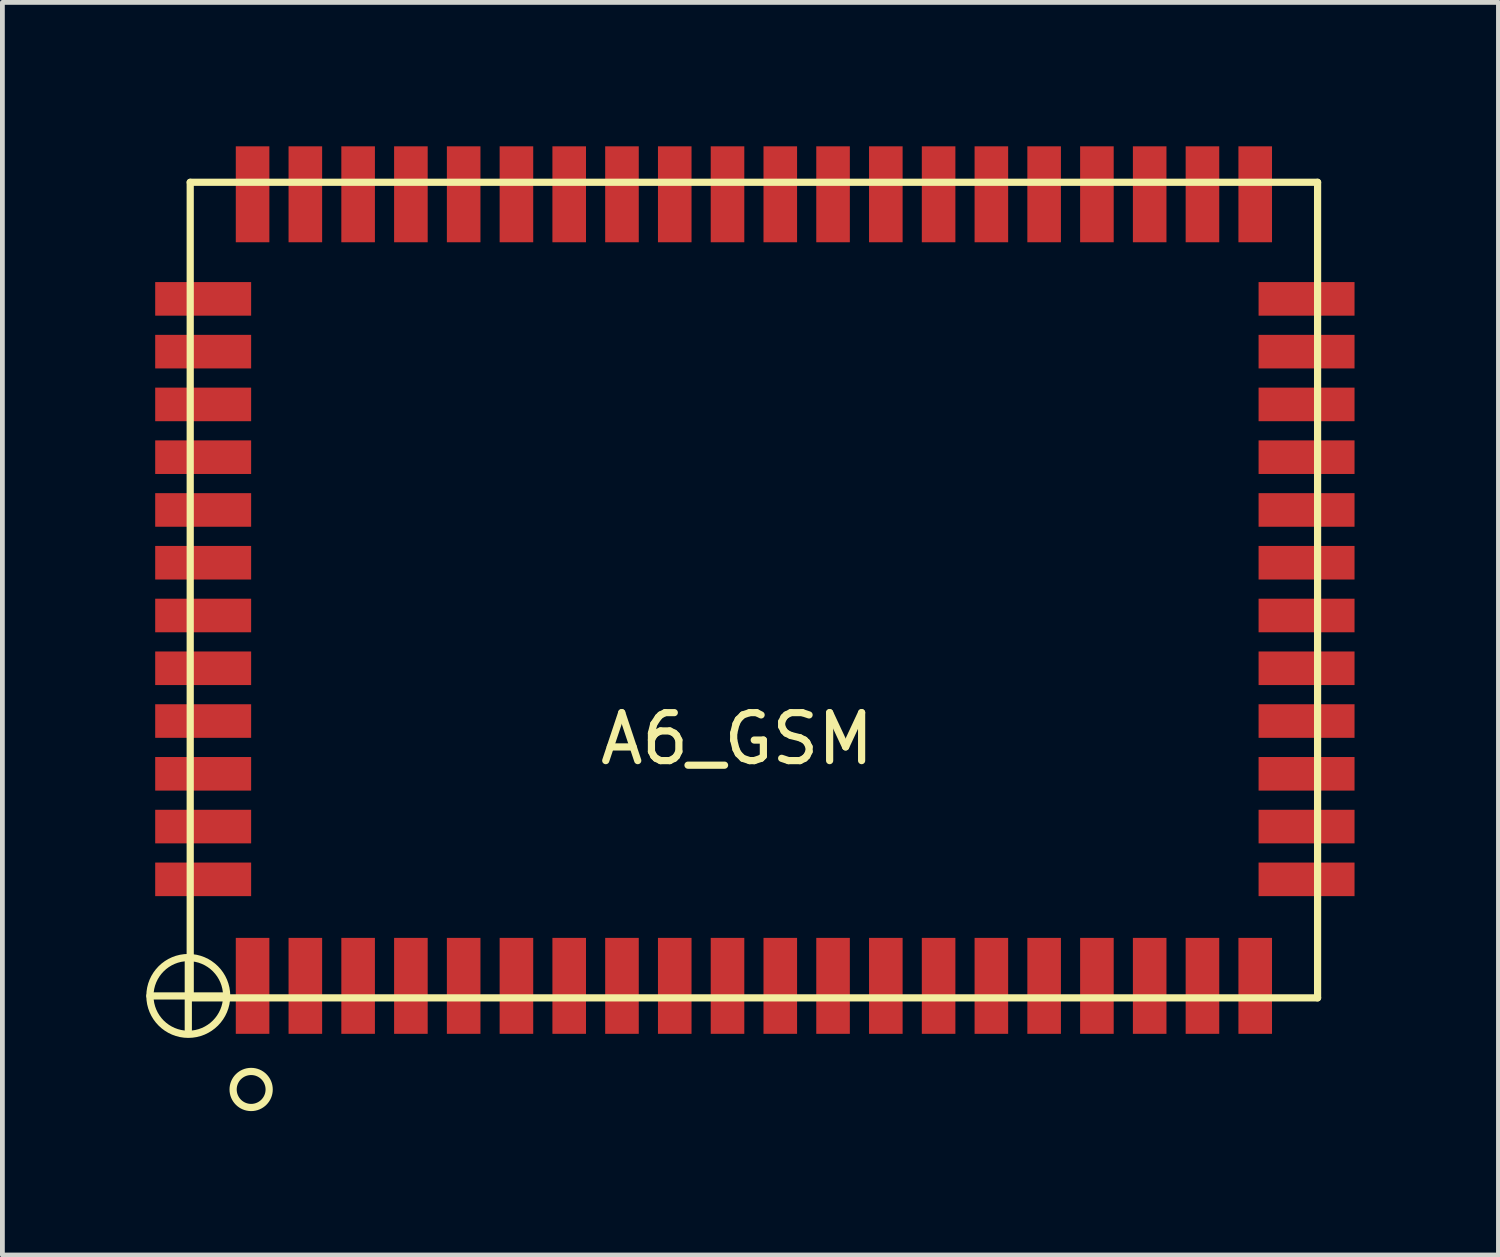
<source format=kicad_pcb>
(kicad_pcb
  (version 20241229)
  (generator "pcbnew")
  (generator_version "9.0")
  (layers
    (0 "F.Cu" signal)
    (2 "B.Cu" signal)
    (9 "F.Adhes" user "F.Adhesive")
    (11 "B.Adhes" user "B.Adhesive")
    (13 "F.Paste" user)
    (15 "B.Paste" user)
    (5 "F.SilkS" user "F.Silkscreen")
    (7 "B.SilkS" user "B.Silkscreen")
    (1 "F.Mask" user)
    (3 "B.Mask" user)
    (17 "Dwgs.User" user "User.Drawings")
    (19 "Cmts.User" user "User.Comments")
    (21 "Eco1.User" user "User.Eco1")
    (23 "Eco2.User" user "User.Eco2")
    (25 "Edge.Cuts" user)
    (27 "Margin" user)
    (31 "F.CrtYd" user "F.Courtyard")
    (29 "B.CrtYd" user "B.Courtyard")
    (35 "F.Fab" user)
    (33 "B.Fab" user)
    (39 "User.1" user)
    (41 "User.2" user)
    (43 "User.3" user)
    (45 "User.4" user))
  (footprint "A6_GSM"
    (layer "F.Cu")
    (at 0.915 17.75)
    (property "Reference" "A6_GSM" (at 11.4 -5.4 0) (layer "F.SilkS") (effects (font (size 1 1) (thickness 0.15))))
    (attr through_hole)
    (fp_line (start -0.84 -0.04) (end 0.76 -0.04) (stroke (width 0.15) (type solid)) (layer "F.SilkS"))
    (fp_line (start -0.04 -0.79) (end -0.04 0.71) (stroke (width 0.15) (type solid)) (layer "F.SilkS"))
    (fp_line (start 0 -17) (end 0 0) (stroke (width 0.15) (type solid)) (layer "F.SilkS"))
    (fp_line (start 0 0) (end 23.5 0) (stroke (width 0.15) (type solid)) (layer "F.SilkS"))
    (fp_line (start 23.5 -17) (end 0 -17) (stroke (width 0.15) (type solid)) (layer "F.SilkS"))
    (fp_line (start 23.5 0) (end 23.5 -17) (stroke (width 0.15) (type solid)) (layer "F.SilkS"))
    (fp_circle (center -0.04 -0.04) (end -0.04 0.76) (stroke (width 0.15) (type solid)) (fill no) (layer "F.SilkS"))
    (fp_circle (center 1.27 1.91) (end 1.11 1.57) (stroke (width 0.15) (type solid)) (fill no) (layer "F.SilkS"))
    (pad "1" smd rect (at 1.3 -0.25 180) (size 0.7 2) (layers "F.Cu" "F.Mask" "F.Paste"))
    (pad "2" smd rect (at 2.4 -0.25 180) (size 0.7 2) (layers "F.Cu" "F.Mask" "F.Paste"))
    (pad "3" smd rect (at 3.5 -0.25 180) (size 0.7 2) (layers "F.Cu" "F.Mask" "F.Paste"))
    (pad "4" smd rect (at 4.6 -0.25 180) (size 0.7 2) (layers "F.Cu" "F.Mask" "F.Paste"))
    (pad "5" smd rect (at 5.7 -0.25 180) (size 0.7 2) (layers "F.Cu" "F.Mask" "F.Paste"))
    (pad "6" smd rect (at 6.8 -0.25 180) (size 0.7 2) (layers "F.Cu" "F.Mask" "F.Paste"))
    (pad "7" smd rect (at 7.9 -0.25 180) (size 0.7 2) (layers "F.Cu" "F.Mask" "F.Paste"))
    (pad "8" smd rect (at 9 -0.25 180) (size 0.7 2) (layers "F.Cu" "F.Mask" "F.Paste"))
    (pad "9" smd rect (at 10.1 -0.25 180) (size 0.7 2) (layers "F.Cu" "F.Mask" "F.Paste"))
    (pad "10" smd rect (at 11.2 -0.25 180) (size 0.7 2) (layers "F.Cu" "F.Mask" "F.Paste"))
    (pad "11" smd rect (at 12.3 -0.25 180) (size 0.7 2) (layers "F.Cu" "F.Mask" "F.Paste"))
    (pad "12" smd rect (at 13.4 -0.25 180) (size 0.7 2) (layers "F.Cu" "F.Mask" "F.Paste"))
    (pad "13" smd rect (at 14.5 -0.25 180) (size 0.7 2) (layers "F.Cu" "F.Mask" "F.Paste"))
    (pad "14" smd rect (at 15.6 -0.25 180) (size 0.7 2) (layers "F.Cu" "F.Mask" "F.Paste"))
    (pad "15" smd rect (at 16.7 -0.25 180) (size 0.7 2) (layers "F.Cu" "F.Mask" "F.Paste"))
    (pad "16" smd rect (at 17.8 -0.25 180) (size 0.7 2) (layers "F.Cu" "F.Mask" "F.Paste"))
    (pad "17" smd rect (at 18.9 -0.25 180) (size 0.7 2) (layers "F.Cu" "F.Mask" "F.Paste"))
    (pad "18" smd rect (at 20 -0.25 180) (size 0.7 2) (layers "F.Cu" "F.Mask" "F.Paste"))
    (pad "19" smd rect (at 21.1 -0.25 180) (size 0.7 2) (layers "F.Cu" "F.Mask" "F.Paste"))
    (pad "20" smd rect (at 22.2 -0.25 180) (size 0.7 2) (layers "F.Cu" "F.Mask" "F.Paste"))
    (pad "21" smd rect (at 23.27 -2.47 90) (size 0.7 2) (layers "F.Cu" "F.Mask" "F.Paste"))
    (pad "22" smd rect (at 23.27 -3.57 90) (size 0.7 2) (layers "F.Cu" "F.Mask" "F.Paste"))
    (pad "23" smd rect (at 23.27 -4.67 90) (size 0.7 2) (layers "F.Cu" "F.Mask" "F.Paste"))
    (pad "24" smd rect (at 23.27 -5.77 90) (size 0.7 2) (layers "F.Cu" "F.Mask" "F.Paste"))
    (pad "25" smd rect (at 23.27 -6.87 90) (size 0.7 2) (layers "F.Cu" "F.Mask" "F.Paste"))
    (pad "26" smd rect (at 23.27 -7.97 90) (size 0.7 2) (layers "F.Cu" "F.Mask" "F.Paste"))
    (pad "27" smd rect (at 23.27 -9.07 90) (size 0.7 2) (layers "F.Cu" "F.Mask" "F.Paste"))
    (pad "28" smd rect (at 23.27 -10.17 90) (size 0.7 2) (layers "F.Cu" "F.Mask" "F.Paste"))
    (pad "29" smd rect (at 23.27 -11.27 90) (size 0.7 2) (layers "F.Cu" "F.Mask" "F.Paste"))
    (pad "30" smd rect (at 23.27 -12.37 90) (size 0.7 2) (layers "F.Cu" "F.Mask" "F.Paste"))
    (pad "31" smd rect (at 23.27 -13.47 90) (size 0.7 2) (layers "F.Cu" "F.Mask" "F.Paste"))
    (pad "32" smd rect (at 23.27 -14.57 90) (size 0.7 2) (layers "F.Cu" "F.Mask" "F.Paste"))
    (pad "33" smd rect (at 22.2 -16.75 180) (size 0.7 2) (layers "F.Cu" "F.Mask" "F.Paste"))
    (pad "34" smd rect (at 21.1 -16.75 180) (size 0.7 2) (layers "F.Cu" "F.Mask" "F.Paste"))
    (pad "35" smd rect (at 20 -16.75 180) (size 0.7 2) (layers "F.Cu" "F.Mask" "F.Paste"))
    (pad "36" smd rect (at 18.9 -16.75 180) (size 0.7 2) (layers "F.Cu" "F.Mask" "F.Paste"))
    (pad "37" smd rect (at 17.8 -16.75 180) (size 0.7 2) (layers "F.Cu" "F.Mask" "F.Paste"))
    (pad "38" smd rect (at 16.7 -16.75 180) (size 0.7 2) (layers "F.Cu" "F.Mask" "F.Paste"))
    (pad "39" smd rect (at 15.6 -16.75 180) (size 0.7 2) (layers "F.Cu" "F.Mask" "F.Paste"))
    (pad "40" smd rect (at 14.5 -16.75 180) (size 0.7 2) (layers "F.Cu" "F.Mask" "F.Paste"))
    (pad "41" smd rect (at 13.4 -16.75 180) (size 0.7 2) (layers "F.Cu" "F.Mask" "F.Paste"))
    (pad "42" smd rect (at 12.3 -16.75 180) (size 0.7 2) (layers "F.Cu" "F.Mask" "F.Paste"))
    (pad "43" smd rect (at 11.2 -16.75 180) (size 0.7 2) (layers "F.Cu" "F.Mask" "F.Paste"))
    (pad "44" smd rect (at 10.1 -16.75 180) (size 0.7 2) (layers "F.Cu" "F.Mask" "F.Paste"))
    (pad "45" smd rect (at 9 -16.75 180) (size 0.7 2) (layers "F.Cu" "F.Mask" "F.Paste"))
    (pad "46" smd rect (at 7.9 -16.75 180) (size 0.7 2) (layers "F.Cu" "F.Mask" "F.Paste"))
    (pad "47" smd rect (at 6.8 -16.75 180) (size 0.7 2) (layers "F.Cu" "F.Mask" "F.Paste"))
    (pad "48" smd rect (at 5.7 -16.75 180) (size 0.7 2) (layers "F.Cu" "F.Mask" "F.Paste"))
    (pad "49" smd rect (at 4.6 -16.75 180) (size 0.7 2) (layers "F.Cu" "F.Mask" "F.Paste"))
    (pad "50" smd rect (at 3.5 -16.75 180) (size 0.7 2) (layers "F.Cu" "F.Mask" "F.Paste"))
    (pad "51" smd rect (at 2.4 -16.75 180) (size 0.7 2) (layers "F.Cu" "F.Mask" "F.Paste"))
    (pad "52" smd rect (at 1.3 -16.75 180) (size 0.7 2) (layers "F.Cu" "F.Mask" "F.Paste"))
    (pad "53" smd rect (at 0.27 -14.57 90) (size 0.7 2) (layers "F.Cu" "F.Mask" "F.Paste"))
    (pad "54" smd rect (at 0.27 -13.47 90) (size 0.7 2) (layers "F.Cu" "F.Mask" "F.Paste"))
    (pad "55" smd rect (at 0.27 -12.37 90) (size 0.7 2) (layers "F.Cu" "F.Mask" "F.Paste"))
    (pad "56" smd rect (at 0.27 -11.27 90) (size 0.7 2) (layers "F.Cu" "F.Mask" "F.Paste"))
    (pad "57" smd rect (at 0.27 -10.17 90) (size 0.7 2) (layers "F.Cu" "F.Mask" "F.Paste"))
    (pad "58" smd rect (at 0.27 -9.07 90) (size 0.7 2) (layers "F.Cu" "F.Mask" "F.Paste"))
    (pad "59" smd rect (at 0.27 -7.97 90) (size 0.7 2) (layers "F.Cu" "F.Mask" "F.Paste"))
    (pad "60" smd rect (at 0.27 -6.87 90) (size 0.7 2) (layers "F.Cu" "F.Mask" "F.Paste"))
    (pad "61" smd rect (at 0.27 -5.77 90) (size 0.7 2) (layers "F.Cu" "F.Mask" "F.Paste"))
    (pad "62" smd rect (at 0.27 -4.67 90) (size 0.7 2) (layers "F.Cu" "F.Mask" "F.Paste"))
    (pad "63" smd rect (at 0.27 -3.57 90) (size 0.7 2) (layers "F.Cu" "F.Mask" "F.Paste"))
    (pad "64" smd rect (at 0.27 -2.47 90) (size 0.7 2) (layers "F.Cu" "F.Mask" "F.Paste")))
  (gr_rect
    (start -3 -3)
    (end 28.185 23.111)
    (stroke (width 0.1) (type default))
    (fill no)
    (layer "Edge.Cuts")))
</source>
